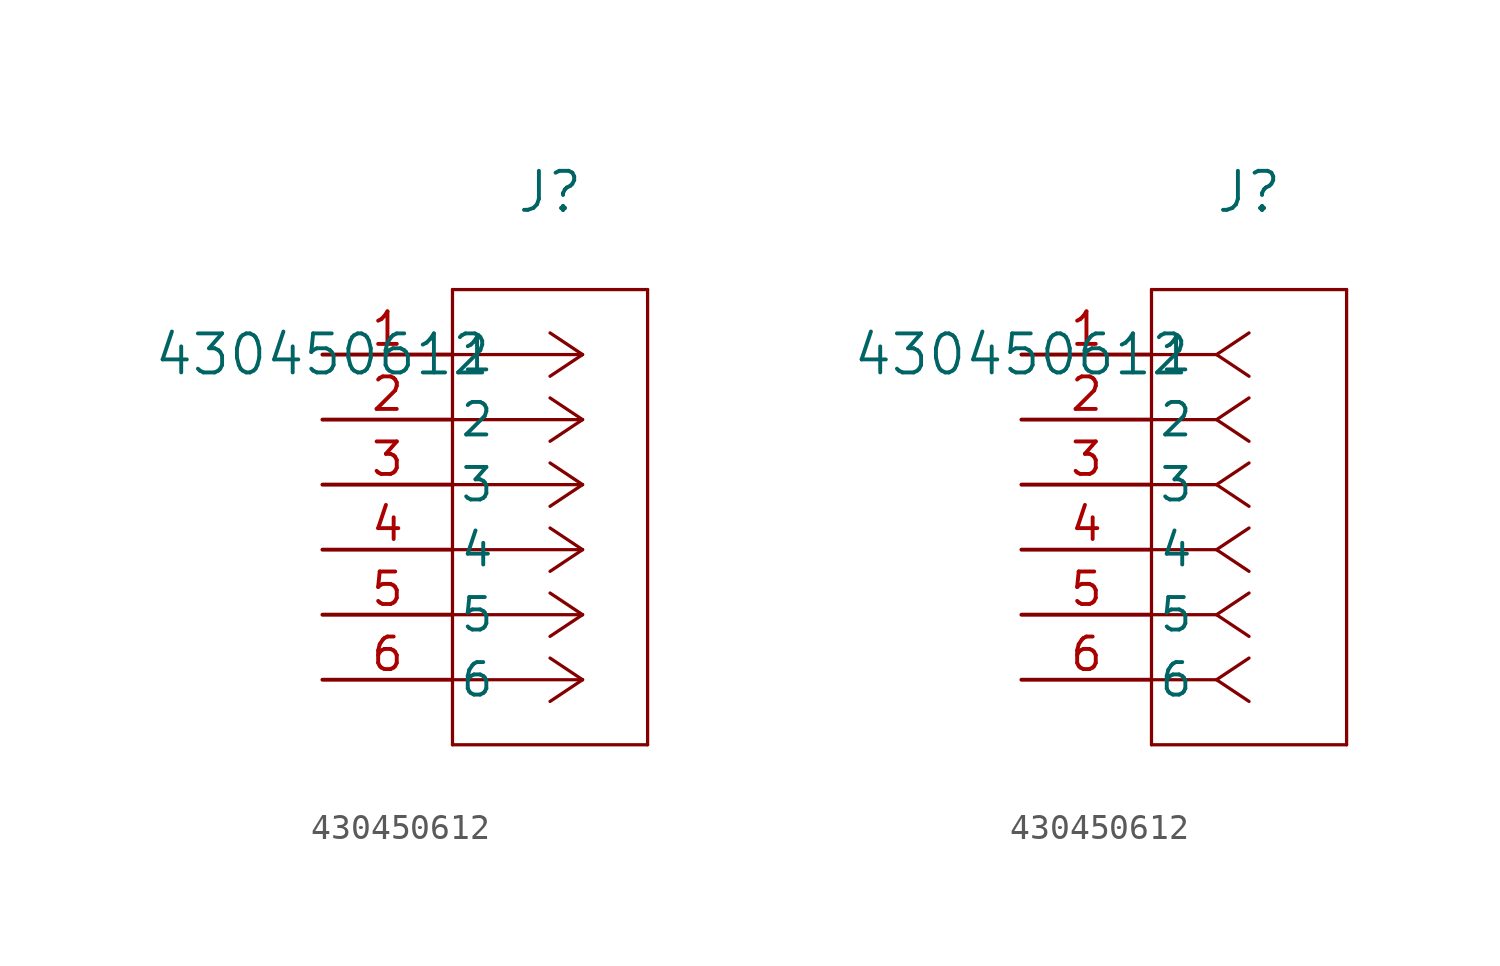
<source format=kicad_sym>
(kicad_symbol_lib
  (version 20211014)
  (generator kicad_symbol_editor)
  (symbol "430450612"
    (pin_names
      (offset 0.254))
    (property "Reference" "J"
      (at 8.89 6.35 0)
      (effects (font (size 1.524 1.524))))
    (property "Value" "430450612"
      (at 0 0 0)
      (effects (font (size 1.524 1.524))))
    (symbol "430450612_1_1"
      (polyline (pts (xy 10.16 0) (xy 5.08 0)) (stroke (width 0.127) (type default) (color 0 0 0 0)) (fill (type none)))
      (polyline (pts (xy 10.16 -2.54) (xy 5.08 -2.54)) (stroke (width 0.127) (type default) (color 0 0 0 0)) (fill (type none)))
      (polyline (pts (xy 10.16 -5.08) (xy 5.08 -5.08)) (stroke (width 0.127) (type default) (color 0 0 0 0)) (fill (type none)))
      (polyline (pts (xy 10.16 -7.62) (xy 5.08 -7.62)) (stroke (width 0.127) (type default) (color 0 0 0 0)) (fill (type none)))
      (polyline (pts (xy 10.16 -10.16) (xy 5.08 -10.16)) (stroke (width 0.127) (type default) (color 0 0 0 0)) (fill (type none)))
      (polyline (pts (xy 10.16 -12.7) (xy 5.08 -12.7)) (stroke (width 0.127) (type default) (color 0 0 0 0)) (fill (type none)))
      (polyline (pts (xy 10.16 0) (xy 8.89 0.847)) (stroke (width 0.127) (type default) (color 0 0 0 0)) (fill (type none)))
      (polyline (pts (xy 10.16 -2.54) (xy 8.89 -1.693)) (stroke (width 0.127) (type default) (color 0 0 0 0)) (fill (type none)))
      (polyline (pts (xy 10.16 -5.08) (xy 8.89 -4.233)) (stroke (width 0.127) (type default) (color 0 0 0 0)) (fill (type none)))
      (polyline (pts (xy 10.16 -7.62) (xy 8.89 -6.773)) (stroke (width 0.127) (type default) (color 0 0 0 0)) (fill (type none)))
      (polyline (pts (xy 10.16 -10.16) (xy 8.89 -9.313)) (stroke (width 0.127) (type default) (color 0 0 0 0)) (fill (type none)))
      (polyline (pts (xy 10.16 -12.7) (xy 8.89 -11.853)) (stroke (width 0.127) (type default) (color 0 0 0 0)) (fill (type none)))
      (polyline (pts (xy 10.16 0) (xy 8.89 -0.847)) (stroke (width 0.127) (type default) (color 0 0 0 0)) (fill (type none)))
      (polyline (pts (xy 10.16 -2.54) (xy 8.89 -3.387)) (stroke (width 0.127) (type default) (color 0 0 0 0)) (fill (type none)))
      (polyline (pts (xy 10.16 -5.08) (xy 8.89 -5.927)) (stroke (width 0.127) (type default) (color 0 0 0 0)) (fill (type none)))
      (polyline (pts (xy 10.16 -7.62) (xy 8.89 -8.467)) (stroke (width 0.127) (type default) (color 0 0 0 0)) (fill (type none)))
      (polyline (pts (xy 10.16 -10.16) (xy 8.89 -11.007)) (stroke (width 0.127) (type default) (color 0 0 0 0)) (fill (type none)))
      (polyline (pts (xy 10.16 -12.7) (xy 8.89 -13.547)) (stroke (width 0.127) (type default) (color 0 0 0 0)) (fill (type none)))
      (polyline (pts (xy 5.08 2.54) (xy 5.08 -15.24)) (stroke (width 0.127) (type default) (color 0 0 0 0)) (fill (type none)))
      (polyline (pts (xy 5.08 -15.24) (xy 12.7 -15.24)) (stroke (width 0.127) (type default) (color 0 0 0 0)) (fill (type none)))
      (polyline (pts (xy 12.7 -15.24) (xy 12.7 2.54)) (stroke (width 0.127) (type default) (color 0 0 0 0)) (fill (type none)))
      (polyline (pts (xy 12.7 2.54) (xy 5.08 2.54)) (stroke (width 0.127) (type default) (color 0 0 0 0)) (fill (type none)))
      (pin unspecified line (at 0 0 0) (length 5.08) (name "1" (effects (font (size 1.27 1.27)))) (number "1" (effects (font (size 1.27 1.27)))))
      (pin unspecified line (at 0 -2.54 0) (length 5.08) (name "2" (effects (font (size 1.27 1.27)))) (number "2" (effects (font (size 1.27 1.27)))))
      (pin unspecified line (at 0 -5.08 0) (length 5.08) (name "3" (effects (font (size 1.27 1.27)))) (number "3" (effects (font (size 1.27 1.27)))))
      (pin unspecified line (at 0 -7.62 0) (length 5.08) (name "4" (effects (font (size 1.27 1.27)))) (number "4" (effects (font (size 1.27 1.27)))))
      (pin unspecified line (at 0 -10.16 0) (length 5.08) (name "5" (effects (font (size 1.27 1.27)))) (number "5" (effects (font (size 1.27 1.27)))))
      (pin unspecified line (at 0 -12.7 0) (length 5.08) (name "6" (effects (font (size 1.27 1.27)))) (number "6" (effects (font (size 1.27 1.27))))))
    (symbol "430450612_1_2"
      (polyline (pts (xy 7.62 0) (xy 5.08 0)) (stroke (width 0.127) (type default) (color 0 0 0 0)) (fill (type none)))
      (polyline (pts (xy 7.62 -2.54) (xy 5.08 -2.54)) (stroke (width 0.127) (type default) (color 0 0 0 0)) (fill (type none)))
      (polyline (pts (xy 7.62 -5.08) (xy 5.08 -5.08)) (stroke (width 0.127) (type default) (color 0 0 0 0)) (fill (type none)))
      (polyline (pts (xy 7.62 -7.62) (xy 5.08 -7.62)) (stroke (width 0.127) (type default) (color 0 0 0 0)) (fill (type none)))
      (polyline (pts (xy 7.62 -10.16) (xy 5.08 -10.16)) (stroke (width 0.127) (type default) (color 0 0 0 0)) (fill (type none)))
      (polyline (pts (xy 7.62 -12.7) (xy 5.08 -12.7)) (stroke (width 0.127) (type default) (color 0 0 0 0)) (fill (type none)))
      (polyline (pts (xy 7.62 0) (xy 8.89 0.847)) (stroke (width 0.127) (type default) (color 0 0 0 0)) (fill (type none)))
      (polyline (pts (xy 7.62 -2.54) (xy 8.89 -1.693)) (stroke (width 0.127) (type default) (color 0 0 0 0)) (fill (type none)))
      (polyline (pts (xy 7.62 -5.08) (xy 8.89 -4.233)) (stroke (width 0.127) (type default) (color 0 0 0 0)) (fill (type none)))
      (polyline (pts (xy 7.62 -7.62) (xy 8.89 -6.773)) (stroke (width 0.127) (type default) (color 0 0 0 0)) (fill (type none)))
      (polyline (pts (xy 7.62 -10.16) (xy 8.89 -9.313)) (stroke (width 0.127) (type default) (color 0 0 0 0)) (fill (type none)))
      (polyline (pts (xy 7.62 -12.7) (xy 8.89 -11.853)) (stroke (width 0.127) (type default) (color 0 0 0 0)) (fill (type none)))
      (polyline (pts (xy 7.62 0) (xy 8.89 -0.847)) (stroke (width 0.127) (type default) (color 0 0 0 0)) (fill (type none)))
      (polyline (pts (xy 7.62 -2.54) (xy 8.89 -3.387)) (stroke (width 0.127) (type default) (color 0 0 0 0)) (fill (type none)))
      (polyline (pts (xy 7.62 -5.08) (xy 8.89 -5.927)) (stroke (width 0.127) (type default) (color 0 0 0 0)) (fill (type none)))
      (polyline (pts (xy 7.62 -7.62) (xy 8.89 -8.467)) (stroke (width 0.127) (type default) (color 0 0 0 0)) (fill (type none)))
      (polyline (pts (xy 7.62 -10.16) (xy 8.89 -11.007)) (stroke (width 0.127) (type default) (color 0 0 0 0)) (fill (type none)))
      (polyline (pts (xy 7.62 -12.7) (xy 8.89 -13.547)) (stroke (width 0.127) (type default) (color 0 0 0 0)) (fill (type none)))
      (polyline (pts (xy 5.08 2.54) (xy 5.08 -15.24)) (stroke (width 0.127) (type default) (color 0 0 0 0)) (fill (type none)))
      (polyline (pts (xy 5.08 -15.24) (xy 12.7 -15.24)) (stroke (width 0.127) (type default) (color 0 0 0 0)) (fill (type none)))
      (polyline (pts (xy 12.7 -15.24) (xy 12.7 2.54)) (stroke (width 0.127) (type default) (color 0 0 0 0)) (fill (type none)))
      (polyline (pts (xy 12.7 2.54) (xy 5.08 2.54)) (stroke (width 0.127) (type default) (color 0 0 0 0)) (fill (type none)))
      (pin unspecified line (at 0 0 0) (length 5.08) (name "1" (effects (font (size 1.27 1.27)))) (number "1" (effects (font (size 1.27 1.27)))))
      (pin unspecified line (at 0 -2.54 0) (length 5.08) (name "2" (effects (font (size 1.27 1.27)))) (number "2" (effects (font (size 1.27 1.27)))))
      (pin unspecified line (at 0 -5.08 0) (length 5.08) (name "3" (effects (font (size 1.27 1.27)))) (number "3" (effects (font (size 1.27 1.27)))))
      (pin unspecified line (at 0 -7.62 0) (length 5.08) (name "4" (effects (font (size 1.27 1.27)))) (number "4" (effects (font (size 1.27 1.27)))))
      (pin unspecified line (at 0 -10.16 0) (length 5.08) (name "5" (effects (font (size 1.27 1.27)))) (number "5" (effects (font (size 1.27 1.27)))))
      (pin unspecified line (at 0 -12.7 0) (length 5.08) (name "6" (effects (font (size 1.27 1.27)))) (number "6" (effects (font (size 1.27 1.27))))))))
</source>
